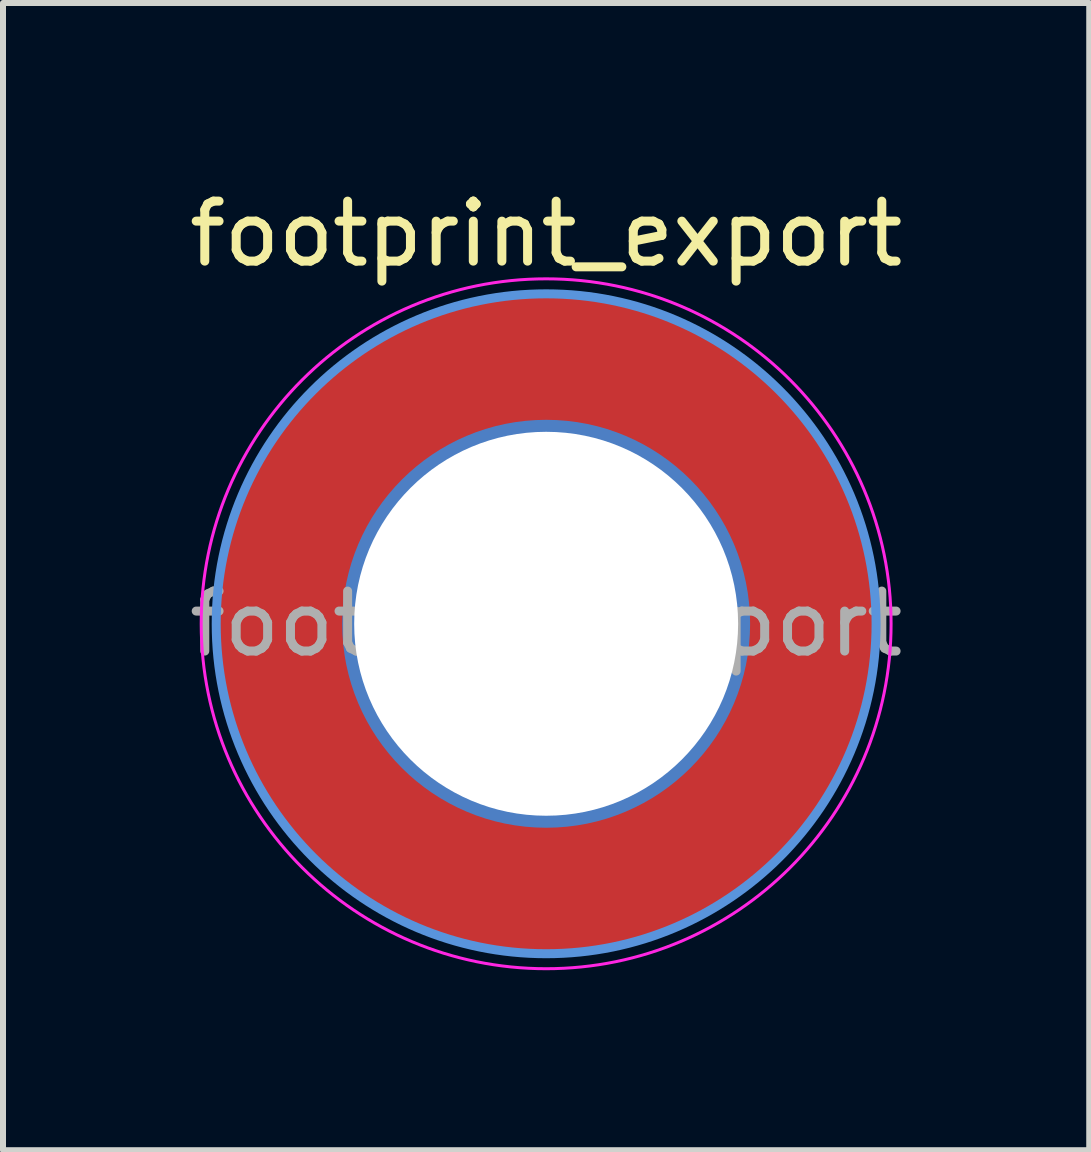
<source format=kicad_pcb>
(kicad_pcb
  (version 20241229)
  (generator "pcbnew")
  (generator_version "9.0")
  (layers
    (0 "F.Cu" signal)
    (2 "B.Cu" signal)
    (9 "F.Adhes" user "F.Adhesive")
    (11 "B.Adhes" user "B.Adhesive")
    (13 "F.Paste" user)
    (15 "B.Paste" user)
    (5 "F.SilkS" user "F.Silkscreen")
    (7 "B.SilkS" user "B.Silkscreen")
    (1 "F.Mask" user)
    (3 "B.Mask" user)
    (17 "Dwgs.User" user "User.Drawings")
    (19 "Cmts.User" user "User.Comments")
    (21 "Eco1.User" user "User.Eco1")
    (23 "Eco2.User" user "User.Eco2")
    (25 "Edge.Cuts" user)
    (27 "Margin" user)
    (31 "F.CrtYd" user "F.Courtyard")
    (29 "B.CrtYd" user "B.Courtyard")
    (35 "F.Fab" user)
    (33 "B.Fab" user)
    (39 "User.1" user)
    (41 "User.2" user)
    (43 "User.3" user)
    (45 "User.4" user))
  (footprint "footprint_export"
    (layer "F.Cu")
    (at 6.054 7.348)
    (property "Reference" "footprint_export" (at 0 -6.5 0) (layer "F.SilkS") (effects (font (size 1 1) (thickness 0.15))))
    (attr exclude_from_pos_files exclude_from_bom)
    (fp_circle (center 0 0) (end 5.5 0) (stroke (width 0.15) (type solid)) (fill no) (layer "Cmts.User"))
    (fp_circle (center 0 0) (end 5.75 0) (stroke (width 0.05) (type solid)) (fill no) (layer "F.CrtYd"))
    (fp_text user "${REFERENCE}" (at 0 0 0) (layer "F.Fab") (effects (font (size 1 1) (thickness 0.15))))
    (pad "1" thru_hole circle (at 0 0) (size 6.8 6.8) (drill 6.4) (layers "*.Cu" "*.Mask"))
    (pad "1" connect circle (at 0 0) (size 11 11) (layers "F.Cu" "F.Mask")))
  (gr_rect
    (start -3 -3)
    (end 15.107 16.123)
    (stroke (width 0.1) (type default))
    (fill no)
    (layer "Edge.Cuts")))
</source>
